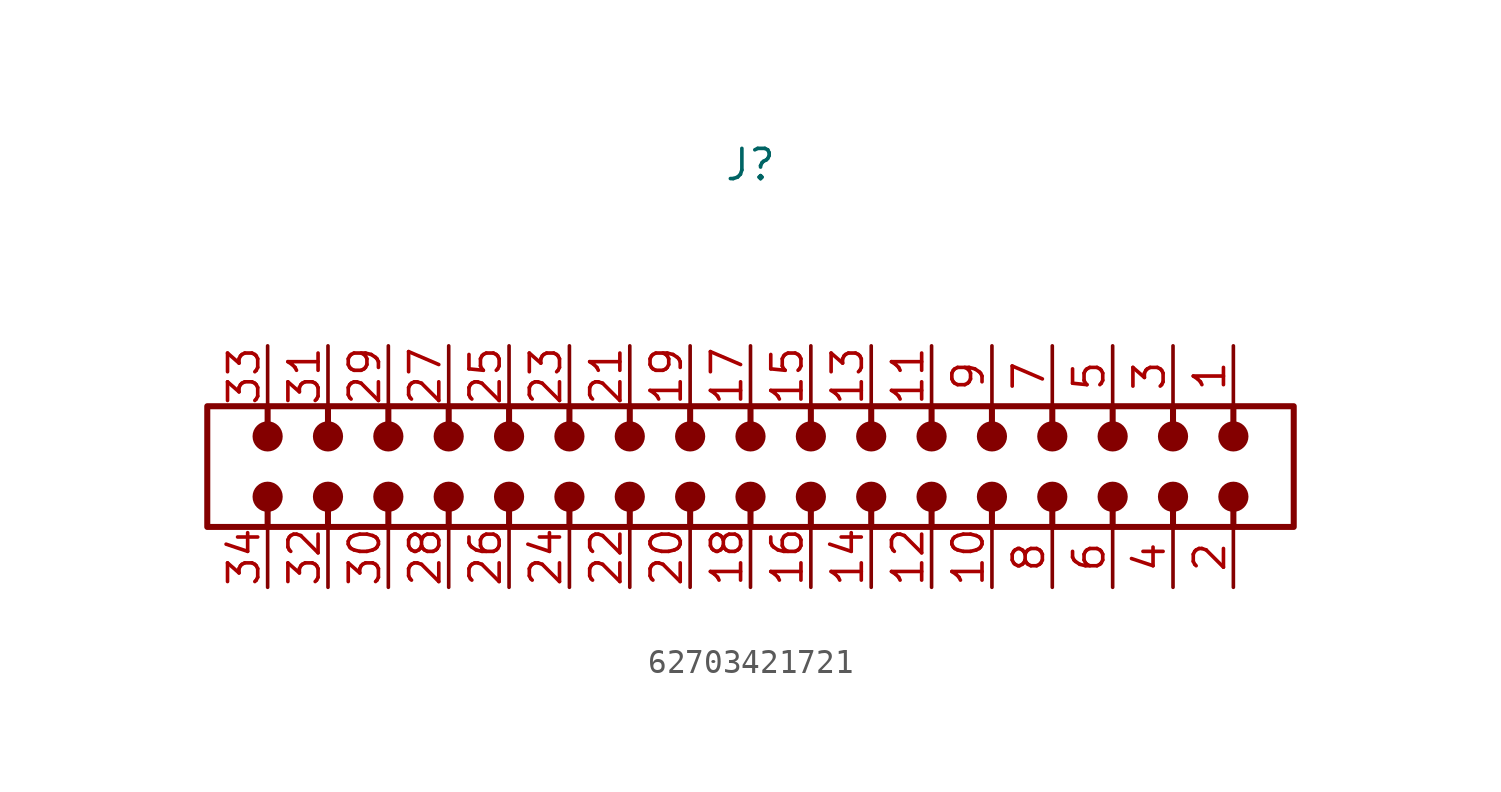
<source format=kicad_sym>
(kicad_symbol_lib
  (version 20241209)
  (generator "kicad_symbol_editor")
  (generator_version "9.0")
  (symbol "62703421721"
    (pin_names
      (hide yes))
    (property "Reference" "J"
      (at 0 12.7 0)
      (effects (font (size 1.27 1.27))))
    (symbol "62703421721_1_1"
      (rectangle (start -22.86 2.54) (end 22.86 -2.54) (stroke (width 0.254) (type solid)) (fill (type none)))
      (polyline (pts (xy -20.32 1.778) (xy -20.32 2.54)) (stroke (width 0.254) (type solid)) (fill (type none)))
      (circle (center -20.32 1.27) (radius 0.508) (stroke (width 0.254) (type solid)) (fill (type outline)))
      (circle (center -20.32 -1.27) (radius 0.508) (stroke (width 0.254) (type solid)) (fill (type outline)))
      (polyline (pts (xy -20.32 -1.778) (xy -20.32 -2.54)) (stroke (width 0.254) (type solid)) (fill (type none)))
      (polyline (pts (xy -17.78 1.778) (xy -17.78 2.54)) (stroke (width 0.254) (type solid)) (fill (type none)))
      (circle (center -17.78 1.27) (radius 0.508) (stroke (width 0.254) (type solid)) (fill (type outline)))
      (circle (center -17.78 -1.27) (radius 0.508) (stroke (width 0.254) (type solid)) (fill (type outline)))
      (polyline (pts (xy -17.78 -1.778) (xy -17.78 -2.54)) (stroke (width 0.254) (type solid)) (fill (type none)))
      (polyline (pts (xy -15.24 1.778) (xy -15.24 2.54)) (stroke (width 0.254) (type solid)) (fill (type none)))
      (circle (center -15.24 1.27) (radius 0.508) (stroke (width 0.254) (type solid)) (fill (type outline)))
      (circle (center -15.24 -1.27) (radius 0.508) (stroke (width 0.254) (type solid)) (fill (type outline)))
      (polyline (pts (xy -15.24 -1.778) (xy -15.24 -2.54)) (stroke (width 0.254) (type solid)) (fill (type none)))
      (polyline (pts (xy -12.7 1.778) (xy -12.7 2.54)) (stroke (width 0.254) (type solid)) (fill (type none)))
      (circle (center -12.7 1.27) (radius 0.508) (stroke (width 0.254) (type solid)) (fill (type outline)))
      (circle (center -12.7 -1.27) (radius 0.508) (stroke (width 0.254) (type solid)) (fill (type outline)))
      (polyline (pts (xy -12.7 -1.778) (xy -12.7 -2.54)) (stroke (width 0.254) (type solid)) (fill (type none)))
      (polyline (pts (xy -10.16 1.778) (xy -10.16 2.54)) (stroke (width 0.254) (type solid)) (fill (type none)))
      (circle (center -10.16 1.27) (radius 0.508) (stroke (width 0.254) (type solid)) (fill (type outline)))
      (circle (center -10.16 -1.27) (radius 0.508) (stroke (width 0.254) (type solid)) (fill (type outline)))
      (polyline (pts (xy -10.16 -1.778) (xy -10.16 -2.54)) (stroke (width 0.254) (type solid)) (fill (type none)))
      (polyline (pts (xy -7.62 1.778) (xy -7.62 2.54)) (stroke (width 0.254) (type solid)) (fill (type none)))
      (circle (center -7.62 1.27) (radius 0.508) (stroke (width 0.254) (type solid)) (fill (type outline)))
      (circle (center -7.62 -1.27) (radius 0.508) (stroke (width 0.254) (type solid)) (fill (type outline)))
      (polyline (pts (xy -7.62 -1.778) (xy -7.62 -2.54)) (stroke (width 0.254) (type solid)) (fill (type none)))
      (polyline (pts (xy -5.08 1.778) (xy -5.08 2.54)) (stroke (width 0.254) (type solid)) (fill (type none)))
      (circle (center -5.08 1.27) (radius 0.508) (stroke (width 0.254) (type solid)) (fill (type outline)))
      (circle (center -5.08 -1.27) (radius 0.508) (stroke (width 0.254) (type solid)) (fill (type outline)))
      (polyline (pts (xy -5.08 -1.778) (xy -5.08 -2.54)) (stroke (width 0.254) (type solid)) (fill (type none)))
      (polyline (pts (xy -2.54 1.778) (xy -2.54 2.54)) (stroke (width 0.254) (type solid)) (fill (type none)))
      (circle (center -2.54 1.27) (radius 0.508) (stroke (width 0.254) (type solid)) (fill (type outline)))
      (circle (center -2.54 -1.27) (radius 0.508) (stroke (width 0.254) (type solid)) (fill (type outline)))
      (polyline (pts (xy -2.54 -1.778) (xy -2.54 -2.54)) (stroke (width 0.254) (type solid)) (fill (type none)))
      (polyline (pts (xy 0 1.778) (xy 0 2.54)) (stroke (width 0.254) (type solid)) (fill (type none)))
      (circle (center 0 1.27) (radius 0.508) (stroke (width 0.254) (type solid)) (fill (type outline)))
      (circle (center 0 -1.27) (radius 0.508) (stroke (width 0.254) (type solid)) (fill (type outline)))
      (polyline (pts (xy 0 -1.778) (xy 0 -2.54)) (stroke (width 0.254) (type solid)) (fill (type none)))
      (polyline (pts (xy 2.54 1.778) (xy 2.54 2.54)) (stroke (width 0.254) (type solid)) (fill (type none)))
      (circle (center 2.54 1.27) (radius 0.508) (stroke (width 0.254) (type solid)) (fill (type outline)))
      (circle (center 2.54 -1.27) (radius 0.508) (stroke (width 0.254) (type solid)) (fill (type outline)))
      (polyline (pts (xy 2.54 -1.778) (xy 2.54 -2.54)) (stroke (width 0.254) (type solid)) (fill (type none)))
      (polyline (pts (xy 5.08 1.778) (xy 5.08 2.54)) (stroke (width 0.254) (type solid)) (fill (type none)))
      (circle (center 5.08 1.27) (radius 0.508) (stroke (width 0.254) (type solid)) (fill (type outline)))
      (circle (center 5.08 -1.27) (radius 0.508) (stroke (width 0.254) (type solid)) (fill (type outline)))
      (polyline (pts (xy 5.08 -1.778) (xy 5.08 -2.54)) (stroke (width 0.254) (type solid)) (fill (type none)))
      (polyline (pts (xy 7.62 1.778) (xy 7.62 2.54)) (stroke (width 0.254) (type solid)) (fill (type none)))
      (circle (center 7.62 1.27) (radius 0.508) (stroke (width 0.254) (type solid)) (fill (type outline)))
      (circle (center 7.62 -1.27) (radius 0.508) (stroke (width 0.254) (type solid)) (fill (type outline)))
      (polyline (pts (xy 7.62 -1.778) (xy 7.62 -2.54)) (stroke (width 0.254) (type solid)) (fill (type none)))
      (polyline (pts (xy 10.16 1.778) (xy 10.16 2.54)) (stroke (width 0.254) (type solid)) (fill (type none)))
      (circle (center 10.16 1.27) (radius 0.508) (stroke (width 0.254) (type solid)) (fill (type outline)))
      (circle (center 10.16 -1.27) (radius 0.508) (stroke (width 0.254) (type solid)) (fill (type outline)))
      (polyline (pts (xy 10.16 -1.778) (xy 10.16 -2.54)) (stroke (width 0.254) (type solid)) (fill (type none)))
      (polyline (pts (xy 12.7 1.778) (xy 12.7 2.54)) (stroke (width 0.254) (type solid)) (fill (type none)))
      (circle (center 12.7 1.27) (radius 0.508) (stroke (width 0.254) (type solid)) (fill (type outline)))
      (circle (center 12.7 -1.27) (radius 0.508) (stroke (width 0.254) (type solid)) (fill (type outline)))
      (polyline (pts (xy 12.7 -1.778) (xy 12.7 -2.54)) (stroke (width 0.254) (type solid)) (fill (type none)))
      (polyline (pts (xy 15.24 1.778) (xy 15.24 2.54)) (stroke (width 0.254) (type solid)) (fill (type none)))
      (circle (center 15.24 1.27) (radius 0.508) (stroke (width 0.254) (type solid)) (fill (type outline)))
      (circle (center 15.24 -1.27) (radius 0.508) (stroke (width 0.254) (type solid)) (fill (type outline)))
      (polyline (pts (xy 15.24 -1.778) (xy 15.24 -2.54)) (stroke (width 0.254) (type solid)) (fill (type none)))
      (polyline (pts (xy 17.78 1.778) (xy 17.78 2.54)) (stroke (width 0.254) (type solid)) (fill (type none)))
      (circle (center 17.78 1.27) (radius 0.508) (stroke (width 0.254) (type solid)) (fill (type outline)))
      (circle (center 17.78 -1.27) (radius 0.508) (stroke (width 0.254) (type solid)) (fill (type outline)))
      (polyline (pts (xy 17.78 -1.778) (xy 17.78 -2.54)) (stroke (width 0.254) (type solid)) (fill (type none)))
      (polyline (pts (xy 20.32 1.778) (xy 20.32 2.54)) (stroke (width 0.254) (type solid)) (fill (type none)))
      (circle (center 20.32 1.27) (radius 0.508) (stroke (width 0.254) (type solid)) (fill (type outline)))
      (circle (center 20.32 -1.27) (radius 0.508) (stroke (width 0.254) (type solid)) (fill (type outline)))
      (polyline (pts (xy 20.32 -1.778) (xy 20.32 -2.54)) (stroke (width 0.254) (type solid)) (fill (type none)))
      (pin passive line (at -20.32 5.08 270) (length 2.54) (name "33" (effects (font (size 1.27 1.27)))) (number "33" (effects (font (size 1.27 1.27)))))
      (pin passive line (at -20.32 -5.08 90) (length 2.54) (name "34" (effects (font (size 1.27 1.27)))) (number "34" (effects (font (size 1.27 1.27)))))
      (pin passive line (at -17.78 5.08 270) (length 2.54) (name "31" (effects (font (size 1.27 1.27)))) (number "31" (effects (font (size 1.27 1.27)))))
      (pin passive line (at -17.78 -5.08 90) (length 2.54) (name "32" (effects (font (size 1.27 1.27)))) (number "32" (effects (font (size 1.27 1.27)))))
      (pin passive line (at -15.24 5.08 270) (length 2.54) (name "29" (effects (font (size 1.27 1.27)))) (number "29" (effects (font (size 1.27 1.27)))))
      (pin passive line (at -15.24 -5.08 90) (length 2.54) (name "30" (effects (font (size 1.27 1.27)))) (number "30" (effects (font (size 1.27 1.27)))))
      (pin passive line (at -12.7 5.08 270) (length 2.54) (name "27" (effects (font (size 1.27 1.27)))) (number "27" (effects (font (size 1.27 1.27)))))
      (pin passive line (at -12.7 -5.08 90) (length 2.54) (name "28" (effects (font (size 1.27 1.27)))) (number "28" (effects (font (size 1.27 1.27)))))
      (pin passive line (at -10.16 5.08 270) (length 2.54) (name "25" (effects (font (size 1.27 1.27)))) (number "25" (effects (font (size 1.27 1.27)))))
      (pin passive line (at -10.16 -5.08 90) (length 2.54) (name "26" (effects (font (size 1.27 1.27)))) (number "26" (effects (font (size 1.27 1.27)))))
      (pin passive line (at -7.62 5.08 270) (length 2.54) (name "23" (effects (font (size 1.27 1.27)))) (number "23" (effects (font (size 1.27 1.27)))))
      (pin passive line (at -7.62 -5.08 90) (length 2.54) (name "24" (effects (font (size 1.27 1.27)))) (number "24" (effects (font (size 1.27 1.27)))))
      (pin passive line (at -5.08 5.08 270) (length 2.54) (name "21" (effects (font (size 1.27 1.27)))) (number "21" (effects (font (size 1.27 1.27)))))
      (pin passive line (at -5.08 -5.08 90) (length 2.54) (name "22" (effects (font (size 1.27 1.27)))) (number "22" (effects (font (size 1.27 1.27)))))
      (pin passive line (at -2.54 5.08 270) (length 2.54) (name "19" (effects (font (size 1.27 1.27)))) (number "19" (effects (font (size 1.27 1.27)))))
      (pin passive line (at -2.54 -5.08 90) (length 2.54) (name "20" (effects (font (size 1.27 1.27)))) (number "20" (effects (font (size 1.27 1.27)))))
      (pin passive line (at 0 5.08 270) (length 2.54) (name "17" (effects (font (size 1.27 1.27)))) (number "17" (effects (font (size 1.27 1.27)))))
      (pin passive line (at 0 -5.08 90) (length 2.54) (name "18" (effects (font (size 1.27 1.27)))) (number "18" (effects (font (size 1.27 1.27)))))
      (pin passive line (at 2.54 5.08 270) (length 2.54) (name "15" (effects (font (size 1.27 1.27)))) (number "15" (effects (font (size 1.27 1.27)))))
      (pin passive line (at 2.54 -5.08 90) (length 2.54) (name "16" (effects (font (size 1.27 1.27)))) (number "16" (effects (font (size 1.27 1.27)))))
      (pin passive line (at 5.08 5.08 270) (length 2.54) (name "13" (effects (font (size 1.27 1.27)))) (number "13" (effects (font (size 1.27 1.27)))))
      (pin passive line (at 5.08 -5.08 90) (length 2.54) (name "14" (effects (font (size 1.27 1.27)))) (number "14" (effects (font (size 1.27 1.27)))))
      (pin passive line (at 7.62 5.08 270) (length 2.54) (name "11" (effects (font (size 1.27 1.27)))) (number "11" (effects (font (size 1.27 1.27)))))
      (pin passive line (at 7.62 -5.08 90) (length 2.54) (name "12" (effects (font (size 1.27 1.27)))) (number "12" (effects (font (size 1.27 1.27)))))
      (pin passive line (at 10.16 5.08 270) (length 2.54) (name "9" (effects (font (size 1.27 1.27)))) (number "9" (effects (font (size 1.27 1.27)))))
      (pin passive line (at 10.16 -5.08 90) (length 2.54) (name "10" (effects (font (size 1.27 1.27)))) (number "10" (effects (font (size 1.27 1.27)))))
      (pin passive line (at 12.7 5.08 270) (length 2.54) (name "7" (effects (font (size 1.27 1.27)))) (number "7" (effects (font (size 1.27 1.27)))))
      (pin passive line (at 12.7 -5.08 90) (length 2.54) (name "8" (effects (font (size 1.27 1.27)))) (number "8" (effects (font (size 1.27 1.27)))))
      (pin passive line (at 15.24 5.08 270) (length 2.54) (name "5" (effects (font (size 1.27 1.27)))) (number "5" (effects (font (size 1.27 1.27)))))
      (pin passive line (at 15.24 -5.08 90) (length 2.54) (name "6" (effects (font (size 1.27 1.27)))) (number "6" (effects (font (size 1.27 1.27)))))
      (pin passive line (at 17.78 5.08 270) (length 2.54) (name "3" (effects (font (size 1.27 1.27)))) (number "3" (effects (font (size 1.27 1.27)))))
      (pin passive line (at 17.78 -5.08 90) (length 2.54) (name "4" (effects (font (size 1.27 1.27)))) (number "4" (effects (font (size 1.27 1.27)))))
      (pin passive line (at 20.32 5.08 270) (length 2.54) (name "1" (effects (font (size 1.27 1.27)))) (number "1" (effects (font (size 1.27 1.27)))))
      (pin passive line (at 20.32 -5.08 90) (length 2.54) (name "2" (effects (font (size 1.27 1.27)))) (number "2" (effects (font (size 1.27 1.27))))))))
</source>
